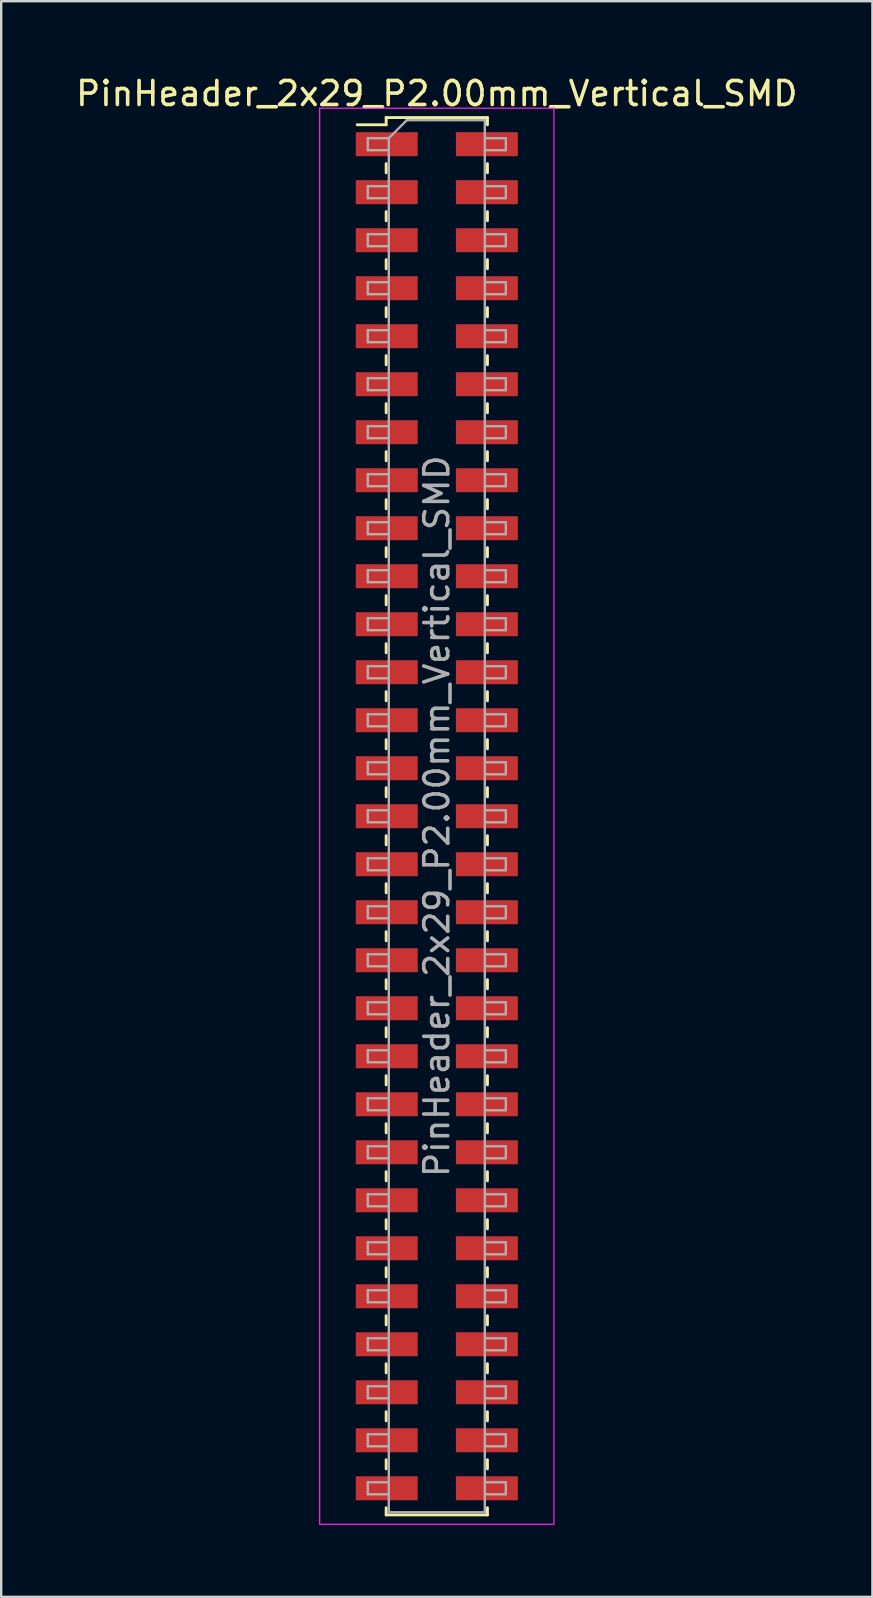
<source format=kicad_pcb>
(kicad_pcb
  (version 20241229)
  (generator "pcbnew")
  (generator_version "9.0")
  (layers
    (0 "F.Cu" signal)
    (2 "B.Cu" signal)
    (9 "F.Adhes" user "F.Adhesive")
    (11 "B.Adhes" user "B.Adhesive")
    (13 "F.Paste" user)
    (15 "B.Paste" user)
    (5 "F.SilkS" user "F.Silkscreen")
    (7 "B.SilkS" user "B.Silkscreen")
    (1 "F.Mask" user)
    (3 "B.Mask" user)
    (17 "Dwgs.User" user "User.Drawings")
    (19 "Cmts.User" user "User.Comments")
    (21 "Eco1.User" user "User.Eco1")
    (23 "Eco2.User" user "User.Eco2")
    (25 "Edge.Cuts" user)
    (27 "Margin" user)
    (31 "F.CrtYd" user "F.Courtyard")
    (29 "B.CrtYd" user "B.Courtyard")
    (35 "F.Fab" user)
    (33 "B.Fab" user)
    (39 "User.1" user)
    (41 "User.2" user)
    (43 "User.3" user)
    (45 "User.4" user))
  (footprint "PinHeader_2x29_P2.00mm_Vertical_SMD"
    (layer "F.Cu")
    (at 15.149 30.958)
    (property "Reference" "PinHeader_2x29_P2.00mm_Vertical_SMD" (at 0 -30.11 0) (layer "F.SilkS") (effects (font (size 1 1) (thickness 0.15))))
    (attr smd)
    (fp_line (start -3.315 -28.81) (end -2.11 -28.81) (stroke (width 0.12) (type solid)) (layer "F.SilkS"))
    (fp_line (start -2.11 -29.11) (end -2.11 -28.81) (stroke (width 0.12) (type solid)) (layer "F.SilkS"))
    (fp_line (start -2.11 -29.11) (end 2.11 -29.11) (stroke (width 0.12) (type solid)) (layer "F.SilkS"))
    (fp_line (start -2.11 -27.19) (end -2.11 -26.81) (stroke (width 0.12) (type solid)) (layer "F.SilkS"))
    (fp_line (start -2.11 -25.19) (end -2.11 -24.81) (stroke (width 0.12) (type solid)) (layer "F.SilkS"))
    (fp_line (start -2.11 -23.19) (end -2.11 -22.81) (stroke (width 0.12) (type solid)) (layer "F.SilkS"))
    (fp_line (start -2.11 -21.19) (end -2.11 -20.81) (stroke (width 0.12) (type solid)) (layer "F.SilkS"))
    (fp_line (start -2.11 -19.19) (end -2.11 -18.81) (stroke (width 0.12) (type solid)) (layer "F.SilkS"))
    (fp_line (start -2.11 -17.19) (end -2.11 -16.81) (stroke (width 0.12) (type solid)) (layer "F.SilkS"))
    (fp_line (start -2.11 -15.19) (end -2.11 -14.81) (stroke (width 0.12) (type solid)) (layer "F.SilkS"))
    (fp_line (start -2.11 -13.19) (end -2.11 -12.81) (stroke (width 0.12) (type solid)) (layer "F.SilkS"))
    (fp_line (start -2.11 -11.19) (end -2.11 -10.81) (stroke (width 0.12) (type solid)) (layer "F.SilkS"))
    (fp_line (start -2.11 -9.19) (end -2.11 -8.81) (stroke (width 0.12) (type solid)) (layer "F.SilkS"))
    (fp_line (start -2.11 -7.19) (end -2.11 -6.81) (stroke (width 0.12) (type solid)) (layer "F.SilkS"))
    (fp_line (start -2.11 -5.19) (end -2.11 -4.81) (stroke (width 0.12) (type solid)) (layer "F.SilkS"))
    (fp_line (start -2.11 -3.19) (end -2.11 -2.81) (stroke (width 0.12) (type solid)) (layer "F.SilkS"))
    (fp_line (start -2.11 -1.19) (end -2.11 -0.81) (stroke (width 0.12) (type solid)) (layer "F.SilkS"))
    (fp_line (start -2.11 0.81) (end -2.11 1.19) (stroke (width 0.12) (type solid)) (layer "F.SilkS"))
    (fp_line (start -2.11 2.81) (end -2.11 3.19) (stroke (width 0.12) (type solid)) (layer "F.SilkS"))
    (fp_line (start -2.11 4.81) (end -2.11 5.19) (stroke (width 0.12) (type solid)) (layer "F.SilkS"))
    (fp_line (start -2.11 6.81) (end -2.11 7.19) (stroke (width 0.12) (type solid)) (layer "F.SilkS"))
    (fp_line (start -2.11 8.81) (end -2.11 9.19) (stroke (width 0.12) (type solid)) (layer "F.SilkS"))
    (fp_line (start -2.11 10.81) (end -2.11 11.19) (stroke (width 0.12) (type solid)) (layer "F.SilkS"))
    (fp_line (start -2.11 12.81) (end -2.11 13.19) (stroke (width 0.12) (type solid)) (layer "F.SilkS"))
    (fp_line (start -2.11 14.81) (end -2.11 15.19) (stroke (width 0.12) (type solid)) (layer "F.SilkS"))
    (fp_line (start -2.11 16.81) (end -2.11 17.19) (stroke (width 0.12) (type solid)) (layer "F.SilkS"))
    (fp_line (start -2.11 18.81) (end -2.11 19.19) (stroke (width 0.12) (type solid)) (layer "F.SilkS"))
    (fp_line (start -2.11 20.81) (end -2.11 21.19) (stroke (width 0.12) (type solid)) (layer "F.SilkS"))
    (fp_line (start -2.11 22.81) (end -2.11 23.19) (stroke (width 0.12) (type solid)) (layer "F.SilkS"))
    (fp_line (start -2.11 24.81) (end -2.11 25.19) (stroke (width 0.12) (type solid)) (layer "F.SilkS"))
    (fp_line (start -2.11 26.81) (end -2.11 27.19) (stroke (width 0.12) (type solid)) (layer "F.SilkS"))
    (fp_line (start -2.11 28.81) (end -2.11 29.11) (stroke (width 0.12) (type solid)) (layer "F.SilkS"))
    (fp_line (start -2.11 29.11) (end 2.11 29.11) (stroke (width 0.12) (type solid)) (layer "F.SilkS"))
    (fp_line (start 2.11 -29.11) (end 2.11 -28.81) (stroke (width 0.12) (type solid)) (layer "F.SilkS"))
    (fp_line (start 2.11 -27.19) (end 2.11 -26.81) (stroke (width 0.12) (type solid)) (layer "F.SilkS"))
    (fp_line (start 2.11 -25.19) (end 2.11 -24.81) (stroke (width 0.12) (type solid)) (layer "F.SilkS"))
    (fp_line (start 2.11 -23.19) (end 2.11 -22.81) (stroke (width 0.12) (type solid)) (layer "F.SilkS"))
    (fp_line (start 2.11 -21.19) (end 2.11 -20.81) (stroke (width 0.12) (type solid)) (layer "F.SilkS"))
    (fp_line (start 2.11 -19.19) (end 2.11 -18.81) (stroke (width 0.12) (type solid)) (layer "F.SilkS"))
    (fp_line (start 2.11 -17.19) (end 2.11 -16.81) (stroke (width 0.12) (type solid)) (layer "F.SilkS"))
    (fp_line (start 2.11 -15.19) (end 2.11 -14.81) (stroke (width 0.12) (type solid)) (layer "F.SilkS"))
    (fp_line (start 2.11 -13.19) (end 2.11 -12.81) (stroke (width 0.12) (type solid)) (layer "F.SilkS"))
    (fp_line (start 2.11 -11.19) (end 2.11 -10.81) (stroke (width 0.12) (type solid)) (layer "F.SilkS"))
    (fp_line (start 2.11 -9.19) (end 2.11 -8.81) (stroke (width 0.12) (type solid)) (layer "F.SilkS"))
    (fp_line (start 2.11 -7.19) (end 2.11 -6.81) (stroke (width 0.12) (type solid)) (layer "F.SilkS"))
    (fp_line (start 2.11 -5.19) (end 2.11 -4.81) (stroke (width 0.12) (type solid)) (layer "F.SilkS"))
    (fp_line (start 2.11 -3.19) (end 2.11 -2.81) (stroke (width 0.12) (type solid)) (layer "F.SilkS"))
    (fp_line (start 2.11 -1.19) (end 2.11 -0.81) (stroke (width 0.12) (type solid)) (layer "F.SilkS"))
    (fp_line (start 2.11 0.81) (end 2.11 1.19) (stroke (width 0.12) (type solid)) (layer "F.SilkS"))
    (fp_line (start 2.11 2.81) (end 2.11 3.19) (stroke (width 0.12) (type solid)) (layer "F.SilkS"))
    (fp_line (start 2.11 4.81) (end 2.11 5.19) (stroke (width 0.12) (type solid)) (layer "F.SilkS"))
    (fp_line (start 2.11 6.81) (end 2.11 7.19) (stroke (width 0.12) (type solid)) (layer "F.SilkS"))
    (fp_line (start 2.11 8.81) (end 2.11 9.19) (stroke (width 0.12) (type solid)) (layer "F.SilkS"))
    (fp_line (start 2.11 10.81) (end 2.11 11.19) (stroke (width 0.12) (type solid)) (layer "F.SilkS"))
    (fp_line (start 2.11 12.81) (end 2.11 13.19) (stroke (width 0.12) (type solid)) (layer "F.SilkS"))
    (fp_line (start 2.11 14.81) (end 2.11 15.19) (stroke (width 0.12) (type solid)) (layer "F.SilkS"))
    (fp_line (start 2.11 16.81) (end 2.11 17.19) (stroke (width 0.12) (type solid)) (layer "F.SilkS"))
    (fp_line (start 2.11 18.81) (end 2.11 19.19) (stroke (width 0.12) (type solid)) (layer "F.SilkS"))
    (fp_line (start 2.11 20.81) (end 2.11 21.19) (stroke (width 0.12) (type solid)) (layer "F.SilkS"))
    (fp_line (start 2.11 22.81) (end 2.11 23.19) (stroke (width 0.12) (type solid)) (layer "F.SilkS"))
    (fp_line (start 2.11 24.81) (end 2.11 25.19) (stroke (width 0.12) (type solid)) (layer "F.SilkS"))
    (fp_line (start 2.11 26.81) (end 2.11 27.19) (stroke (width 0.12) (type solid)) (layer "F.SilkS"))
    (fp_line (start 2.11 28.81) (end 2.11 29.11) (stroke (width 0.12) (type solid)) (layer "F.SilkS"))
    (fp_line (start -4.88 -29.5) (end -4.88 29.5) (stroke (width 0.05) (type solid)) (layer "F.CrtYd"))
    (fp_line (start -4.88 29.5) (end 4.88 29.5) (stroke (width 0.05) (type solid)) (layer "F.CrtYd"))
    (fp_line (start 4.88 -29.5) (end -4.88 -29.5) (stroke (width 0.05) (type solid)) (layer "F.CrtYd"))
    (fp_line (start 4.88 29.5) (end 4.88 -29.5) (stroke (width 0.05) (type solid)) (layer "F.CrtYd"))
    (fp_line (start -2.875 -28.25) (end -2.875 -27.75) (stroke (width 0.1) (type solid)) (layer "F.Fab"))
    (fp_line (start -2.875 -27.75) (end -2 -27.75) (stroke (width 0.1) (type solid)) (layer "F.Fab"))
    (fp_line (start -2.875 -26.25) (end -2.875 -25.75) (stroke (width 0.1) (type solid)) (layer "F.Fab"))
    (fp_line (start -2.875 -25.75) (end -2 -25.75) (stroke (width 0.1) (type solid)) (layer "F.Fab"))
    (fp_line (start -2.875 -24.25) (end -2.875 -23.75) (stroke (width 0.1) (type solid)) (layer "F.Fab"))
    (fp_line (start -2.875 -23.75) (end -2 -23.75) (stroke (width 0.1) (type solid)) (layer "F.Fab"))
    (fp_line (start -2.875 -22.25) (end -2.875 -21.75) (stroke (width 0.1) (type solid)) (layer "F.Fab"))
    (fp_line (start -2.875 -21.75) (end -2 -21.75) (stroke (width 0.1) (type solid)) (layer "F.Fab"))
    (fp_line (start -2.875 -20.25) (end -2.875 -19.75) (stroke (width 0.1) (type solid)) (layer "F.Fab"))
    (fp_line (start -2.875 -19.75) (end -2 -19.75) (stroke (width 0.1) (type solid)) (layer "F.Fab"))
    (fp_line (start -2.875 -18.25) (end -2.875 -17.75) (stroke (width 0.1) (type solid)) (layer "F.Fab"))
    (fp_line (start -2.875 -17.75) (end -2 -17.75) (stroke (width 0.1) (type solid)) (layer "F.Fab"))
    (fp_line (start -2.875 -16.25) (end -2.875 -15.75) (stroke (width 0.1) (type solid)) (layer "F.Fab"))
    (fp_line (start -2.875 -15.75) (end -2 -15.75) (stroke (width 0.1) (type solid)) (layer "F.Fab"))
    (fp_line (start -2.875 -14.25) (end -2.875 -13.75) (stroke (width 0.1) (type solid)) (layer "F.Fab"))
    (fp_line (start -2.875 -13.75) (end -2 -13.75) (stroke (width 0.1) (type solid)) (layer "F.Fab"))
    (fp_line (start -2.875 -12.25) (end -2.875 -11.75) (stroke (width 0.1) (type solid)) (layer "F.Fab"))
    (fp_line (start -2.875 -11.75) (end -2 -11.75) (stroke (width 0.1) (type solid)) (layer "F.Fab"))
    (fp_line (start -2.875 -10.25) (end -2.875 -9.75) (stroke (width 0.1) (type solid)) (layer "F.Fab"))
    (fp_line (start -2.875 -9.75) (end -2 -9.75) (stroke (width 0.1) (type solid)) (layer "F.Fab"))
    (fp_line (start -2.875 -8.25) (end -2.875 -7.75) (stroke (width 0.1) (type solid)) (layer "F.Fab"))
    (fp_line (start -2.875 -7.75) (end -2 -7.75) (stroke (width 0.1) (type solid)) (layer "F.Fab"))
    (fp_line (start -2.875 -6.25) (end -2.875 -5.75) (stroke (width 0.1) (type solid)) (layer "F.Fab"))
    (fp_line (start -2.875 -5.75) (end -2 -5.75) (stroke (width 0.1) (type solid)) (layer "F.Fab"))
    (fp_line (start -2.875 -4.25) (end -2.875 -3.75) (stroke (width 0.1) (type solid)) (layer "F.Fab"))
    (fp_line (start -2.875 -3.75) (end -2 -3.75) (stroke (width 0.1) (type solid)) (layer "F.Fab"))
    (fp_line (start -2.875 -2.25) (end -2.875 -1.75) (stroke (width 0.1) (type solid)) (layer "F.Fab"))
    (fp_line (start -2.875 -1.75) (end -2 -1.75) (stroke (width 0.1) (type solid)) (layer "F.Fab"))
    (fp_line (start -2.875 -0.25) (end -2.875 0.25) (stroke (width 0.1) (type solid)) (layer "F.Fab"))
    (fp_line (start -2.875 0.25) (end -2 0.25) (stroke (width 0.1) (type solid)) (layer "F.Fab"))
    (fp_line (start -2.875 1.75) (end -2.875 2.25) (stroke (width 0.1) (type solid)) (layer "F.Fab"))
    (fp_line (start -2.875 2.25) (end -2 2.25) (stroke (width 0.1) (type solid)) (layer "F.Fab"))
    (fp_line (start -2.875 3.75) (end -2.875 4.25) (stroke (width 0.1) (type solid)) (layer "F.Fab"))
    (fp_line (start -2.875 4.25) (end -2 4.25) (stroke (width 0.1) (type solid)) (layer "F.Fab"))
    (fp_line (start -2.875 5.75) (end -2.875 6.25) (stroke (width 0.1) (type solid)) (layer "F.Fab"))
    (fp_line (start -2.875 6.25) (end -2 6.25) (stroke (width 0.1) (type solid)) (layer "F.Fab"))
    (fp_line (start -2.875 7.75) (end -2.875 8.25) (stroke (width 0.1) (type solid)) (layer "F.Fab"))
    (fp_line (start -2.875 8.25) (end -2 8.25) (stroke (width 0.1) (type solid)) (layer "F.Fab"))
    (fp_line (start -2.875 9.75) (end -2.875 10.25) (stroke (width 0.1) (type solid)) (layer "F.Fab"))
    (fp_line (start -2.875 10.25) (end -2 10.25) (stroke (width 0.1) (type solid)) (layer "F.Fab"))
    (fp_line (start -2.875 11.75) (end -2.875 12.25) (stroke (width 0.1) (type solid)) (layer "F.Fab"))
    (fp_line (start -2.875 12.25) (end -2 12.25) (stroke (width 0.1) (type solid)) (layer "F.Fab"))
    (fp_line (start -2.875 13.75) (end -2.875 14.25) (stroke (width 0.1) (type solid)) (layer "F.Fab"))
    (fp_line (start -2.875 14.25) (end -2 14.25) (stroke (width 0.1) (type solid)) (layer "F.Fab"))
    (fp_line (start -2.875 15.75) (end -2.875 16.25) (stroke (width 0.1) (type solid)) (layer "F.Fab"))
    (fp_line (start -2.875 16.25) (end -2 16.25) (stroke (width 0.1) (type solid)) (layer "F.Fab"))
    (fp_line (start -2.875 17.75) (end -2.875 18.25) (stroke (width 0.1) (type solid)) (layer "F.Fab"))
    (fp_line (start -2.875 18.25) (end -2 18.25) (stroke (width 0.1) (type solid)) (layer "F.Fab"))
    (fp_line (start -2.875 19.75) (end -2.875 20.25) (stroke (width 0.1) (type solid)) (layer "F.Fab"))
    (fp_line (start -2.875 20.25) (end -2 20.25) (stroke (width 0.1) (type solid)) (layer "F.Fab"))
    (fp_line (start -2.875 21.75) (end -2.875 22.25) (stroke (width 0.1) (type solid)) (layer "F.Fab"))
    (fp_line (start -2.875 22.25) (end -2 22.25) (stroke (width 0.1) (type solid)) (layer "F.Fab"))
    (fp_line (start -2.875 23.75) (end -2.875 24.25) (stroke (width 0.1) (type solid)) (layer "F.Fab"))
    (fp_line (start -2.875 24.25) (end -2 24.25) (stroke (width 0.1) (type solid)) (layer "F.Fab"))
    (fp_line (start -2.875 25.75) (end -2.875 26.25) (stroke (width 0.1) (type solid)) (layer "F.Fab"))
    (fp_line (start -2.875 26.25) (end -2 26.25) (stroke (width 0.1) (type solid)) (layer "F.Fab"))
    (fp_line (start -2.875 27.75) (end -2.875 28.25) (stroke (width 0.1) (type solid)) (layer "F.Fab"))
    (fp_line (start -2.875 28.25) (end -2 28.25) (stroke (width 0.1) (type solid)) (layer "F.Fab"))
    (fp_line (start -2 -28.25) (end -2.875 -28.25) (stroke (width 0.1) (type solid)) (layer "F.Fab"))
    (fp_line (start -2 -28.25) (end -1.25 -29) (stroke (width 0.1) (type solid)) (layer "F.Fab"))
    (fp_line (start -2 -26.25) (end -2.875 -26.25) (stroke (width 0.1) (type solid)) (layer "F.Fab"))
    (fp_line (start -2 -24.25) (end -2.875 -24.25) (stroke (width 0.1) (type solid)) (layer "F.Fab"))
    (fp_line (start -2 -22.25) (end -2.875 -22.25) (stroke (width 0.1) (type solid)) (layer "F.Fab"))
    (fp_line (start -2 -20.25) (end -2.875 -20.25) (stroke (width 0.1) (type solid)) (layer "F.Fab"))
    (fp_line (start -2 -18.25) (end -2.875 -18.25) (stroke (width 0.1) (type solid)) (layer "F.Fab"))
    (fp_line (start -2 -16.25) (end -2.875 -16.25) (stroke (width 0.1) (type solid)) (layer "F.Fab"))
    (fp_line (start -2 -14.25) (end -2.875 -14.25) (stroke (width 0.1) (type solid)) (layer "F.Fab"))
    (fp_line (start -2 -12.25) (end -2.875 -12.25) (stroke (width 0.1) (type solid)) (layer "F.Fab"))
    (fp_line (start -2 -10.25) (end -2.875 -10.25) (stroke (width 0.1) (type solid)) (layer "F.Fab"))
    (fp_line (start -2 -8.25) (end -2.875 -8.25) (stroke (width 0.1) (type solid)) (layer "F.Fab"))
    (fp_line (start -2 -6.25) (end -2.875 -6.25) (stroke (width 0.1) (type solid)) (layer "F.Fab"))
    (fp_line (start -2 -4.25) (end -2.875 -4.25) (stroke (width 0.1) (type solid)) (layer "F.Fab"))
    (fp_line (start -2 -2.25) (end -2.875 -2.25) (stroke (width 0.1) (type solid)) (layer "F.Fab"))
    (fp_line (start -2 -0.25) (end -2.875 -0.25) (stroke (width 0.1) (type solid)) (layer "F.Fab"))
    (fp_line (start -2 1.75) (end -2.875 1.75) (stroke (width 0.1) (type solid)) (layer "F.Fab"))
    (fp_line (start -2 3.75) (end -2.875 3.75) (stroke (width 0.1) (type solid)) (layer "F.Fab"))
    (fp_line (start -2 5.75) (end -2.875 5.75) (stroke (width 0.1) (type solid)) (layer "F.Fab"))
    (fp_line (start -2 7.75) (end -2.875 7.75) (stroke (width 0.1) (type solid)) (layer "F.Fab"))
    (fp_line (start -2 9.75) (end -2.875 9.75) (stroke (width 0.1) (type solid)) (layer "F.Fab"))
    (fp_line (start -2 11.75) (end -2.875 11.75) (stroke (width 0.1) (type solid)) (layer "F.Fab"))
    (fp_line (start -2 13.75) (end -2.875 13.75) (stroke (width 0.1) (type solid)) (layer "F.Fab"))
    (fp_line (start -2 15.75) (end -2.875 15.75) (stroke (width 0.1) (type solid)) (layer "F.Fab"))
    (fp_line (start -2 17.75) (end -2.875 17.75) (stroke (width 0.1) (type solid)) (layer "F.Fab"))
    (fp_line (start -2 19.75) (end -2.875 19.75) (stroke (width 0.1) (type solid)) (layer "F.Fab"))
    (fp_line (start -2 21.75) (end -2.875 21.75) (stroke (width 0.1) (type solid)) (layer "F.Fab"))
    (fp_line (start -2 23.75) (end -2.875 23.75) (stroke (width 0.1) (type solid)) (layer "F.Fab"))
    (fp_line (start -2 25.75) (end -2.875 25.75) (stroke (width 0.1) (type solid)) (layer "F.Fab"))
    (fp_line (start -2 27.75) (end -2.875 27.75) (stroke (width 0.1) (type solid)) (layer "F.Fab"))
    (fp_line (start -2 29) (end -2 -28.25) (stroke (width 0.1) (type solid)) (layer "F.Fab"))
    (fp_line (start -1.25 -29) (end 2 -29) (stroke (width 0.1) (type solid)) (layer "F.Fab"))
    (fp_line (start 2 -29) (end 2 29) (stroke (width 0.1) (type solid)) (layer "F.Fab"))
    (fp_line (start 2 -28.25) (end 2.875 -28.25) (stroke (width 0.1) (type solid)) (layer "F.Fab"))
    (fp_line (start 2 -26.25) (end 2.875 -26.25) (stroke (width 0.1) (type solid)) (layer "F.Fab"))
    (fp_line (start 2 -24.25) (end 2.875 -24.25) (stroke (width 0.1) (type solid)) (layer "F.Fab"))
    (fp_line (start 2 -22.25) (end 2.875 -22.25) (stroke (width 0.1) (type solid)) (layer "F.Fab"))
    (fp_line (start 2 -20.25) (end 2.875 -20.25) (stroke (width 0.1) (type solid)) (layer "F.Fab"))
    (fp_line (start 2 -18.25) (end 2.875 -18.25) (stroke (width 0.1) (type solid)) (layer "F.Fab"))
    (fp_line (start 2 -16.25) (end 2.875 -16.25) (stroke (width 0.1) (type solid)) (layer "F.Fab"))
    (fp_line (start 2 -14.25) (end 2.875 -14.25) (stroke (width 0.1) (type solid)) (layer "F.Fab"))
    (fp_line (start 2 -12.25) (end 2.875 -12.25) (stroke (width 0.1) (type solid)) (layer "F.Fab"))
    (fp_line (start 2 -10.25) (end 2.875 -10.25) (stroke (width 0.1) (type solid)) (layer "F.Fab"))
    (fp_line (start 2 -8.25) (end 2.875 -8.25) (stroke (width 0.1) (type solid)) (layer "F.Fab"))
    (fp_line (start 2 -6.25) (end 2.875 -6.25) (stroke (width 0.1) (type solid)) (layer "F.Fab"))
    (fp_line (start 2 -4.25) (end 2.875 -4.25) (stroke (width 0.1) (type solid)) (layer "F.Fab"))
    (fp_line (start 2 -2.25) (end 2.875 -2.25) (stroke (width 0.1) (type solid)) (layer "F.Fab"))
    (fp_line (start 2 -0.25) (end 2.875 -0.25) (stroke (width 0.1) (type solid)) (layer "F.Fab"))
    (fp_line (start 2 1.75) (end 2.875 1.75) (stroke (width 0.1) (type solid)) (layer "F.Fab"))
    (fp_line (start 2 3.75) (end 2.875 3.75) (stroke (width 0.1) (type solid)) (layer "F.Fab"))
    (fp_line (start 2 5.75) (end 2.875 5.75) (stroke (width 0.1) (type solid)) (layer "F.Fab"))
    (fp_line (start 2 7.75) (end 2.875 7.75) (stroke (width 0.1) (type solid)) (layer "F.Fab"))
    (fp_line (start 2 9.75) (end 2.875 9.75) (stroke (width 0.1) (type solid)) (layer "F.Fab"))
    (fp_line (start 2 11.75) (end 2.875 11.75) (stroke (width 0.1) (type solid)) (layer "F.Fab"))
    (fp_line (start 2 13.75) (end 2.875 13.75) (stroke (width 0.1) (type solid)) (layer "F.Fab"))
    (fp_line (start 2 15.75) (end 2.875 15.75) (stroke (width 0.1) (type solid)) (layer "F.Fab"))
    (fp_line (start 2 17.75) (end 2.875 17.75) (stroke (width 0.1) (type solid)) (layer "F.Fab"))
    (fp_line (start 2 19.75) (end 2.875 19.75) (stroke (width 0.1) (type solid)) (layer "F.Fab"))
    (fp_line (start 2 21.75) (end 2.875 21.75) (stroke (width 0.1) (type solid)) (layer "F.Fab"))
    (fp_line (start 2 23.75) (end 2.875 23.75) (stroke (width 0.1) (type solid)) (layer "F.Fab"))
    (fp_line (start 2 25.75) (end 2.875 25.75) (stroke (width 0.1) (type solid)) (layer "F.Fab"))
    (fp_line (start 2 27.75) (end 2.875 27.75) (stroke (width 0.1) (type solid)) (layer "F.Fab"))
    (fp_line (start 2 29) (end -2 29) (stroke (width 0.1) (type solid)) (layer "F.Fab"))
    (fp_line (start 2.875 -28.25) (end 2.875 -27.75) (stroke (width 0.1) (type solid)) (layer "F.Fab"))
    (fp_line (start 2.875 -27.75) (end 2 -27.75) (stroke (width 0.1) (type solid)) (layer "F.Fab"))
    (fp_line (start 2.875 -26.25) (end 2.875 -25.75) (stroke (width 0.1) (type solid)) (layer "F.Fab"))
    (fp_line (start 2.875 -25.75) (end 2 -25.75) (stroke (width 0.1) (type solid)) (layer "F.Fab"))
    (fp_line (start 2.875 -24.25) (end 2.875 -23.75) (stroke (width 0.1) (type solid)) (layer "F.Fab"))
    (fp_line (start 2.875 -23.75) (end 2 -23.75) (stroke (width 0.1) (type solid)) (layer "F.Fab"))
    (fp_line (start 2.875 -22.25) (end 2.875 -21.75) (stroke (width 0.1) (type solid)) (layer "F.Fab"))
    (fp_line (start 2.875 -21.75) (end 2 -21.75) (stroke (width 0.1) (type solid)) (layer "F.Fab"))
    (fp_line (start 2.875 -20.25) (end 2.875 -19.75) (stroke (width 0.1) (type solid)) (layer "F.Fab"))
    (fp_line (start 2.875 -19.75) (end 2 -19.75) (stroke (width 0.1) (type solid)) (layer "F.Fab"))
    (fp_line (start 2.875 -18.25) (end 2.875 -17.75) (stroke (width 0.1) (type solid)) (layer "F.Fab"))
    (fp_line (start 2.875 -17.75) (end 2 -17.75) (stroke (width 0.1) (type solid)) (layer "F.Fab"))
    (fp_line (start 2.875 -16.25) (end 2.875 -15.75) (stroke (width 0.1) (type solid)) (layer "F.Fab"))
    (fp_line (start 2.875 -15.75) (end 2 -15.75) (stroke (width 0.1) (type solid)) (layer "F.Fab"))
    (fp_line (start 2.875 -14.25) (end 2.875 -13.75) (stroke (width 0.1) (type solid)) (layer "F.Fab"))
    (fp_line (start 2.875 -13.75) (end 2 -13.75) (stroke (width 0.1) (type solid)) (layer "F.Fab"))
    (fp_line (start 2.875 -12.25) (end 2.875 -11.75) (stroke (width 0.1) (type solid)) (layer "F.Fab"))
    (fp_line (start 2.875 -11.75) (end 2 -11.75) (stroke (width 0.1) (type solid)) (layer "F.Fab"))
    (fp_line (start 2.875 -10.25) (end 2.875 -9.75) (stroke (width 0.1) (type solid)) (layer "F.Fab"))
    (fp_line (start 2.875 -9.75) (end 2 -9.75) (stroke (width 0.1) (type solid)) (layer "F.Fab"))
    (fp_line (start 2.875 -8.25) (end 2.875 -7.75) (stroke (width 0.1) (type solid)) (layer "F.Fab"))
    (fp_line (start 2.875 -7.75) (end 2 -7.75) (stroke (width 0.1) (type solid)) (layer "F.Fab"))
    (fp_line (start 2.875 -6.25) (end 2.875 -5.75) (stroke (width 0.1) (type solid)) (layer "F.Fab"))
    (fp_line (start 2.875 -5.75) (end 2 -5.75) (stroke (width 0.1) (type solid)) (layer "F.Fab"))
    (fp_line (start 2.875 -4.25) (end 2.875 -3.75) (stroke (width 0.1) (type solid)) (layer "F.Fab"))
    (fp_line (start 2.875 -3.75) (end 2 -3.75) (stroke (width 0.1) (type solid)) (layer "F.Fab"))
    (fp_line (start 2.875 -2.25) (end 2.875 -1.75) (stroke (width 0.1) (type solid)) (layer "F.Fab"))
    (fp_line (start 2.875 -1.75) (end 2 -1.75) (stroke (width 0.1) (type solid)) (layer "F.Fab"))
    (fp_line (start 2.875 -0.25) (end 2.875 0.25) (stroke (width 0.1) (type solid)) (layer "F.Fab"))
    (fp_line (start 2.875 0.25) (end 2 0.25) (stroke (width 0.1) (type solid)) (layer "F.Fab"))
    (fp_line (start 2.875 1.75) (end 2.875 2.25) (stroke (width 0.1) (type solid)) (layer "F.Fab"))
    (fp_line (start 2.875 2.25) (end 2 2.25) (stroke (width 0.1) (type solid)) (layer "F.Fab"))
    (fp_line (start 2.875 3.75) (end 2.875 4.25) (stroke (width 0.1) (type solid)) (layer "F.Fab"))
    (fp_line (start 2.875 4.25) (end 2 4.25) (stroke (width 0.1) (type solid)) (layer "F.Fab"))
    (fp_line (start 2.875 5.75) (end 2.875 6.25) (stroke (width 0.1) (type solid)) (layer "F.Fab"))
    (fp_line (start 2.875 6.25) (end 2 6.25) (stroke (width 0.1) (type solid)) (layer "F.Fab"))
    (fp_line (start 2.875 7.75) (end 2.875 8.25) (stroke (width 0.1) (type solid)) (layer "F.Fab"))
    (fp_line (start 2.875 8.25) (end 2 8.25) (stroke (width 0.1) (type solid)) (layer "F.Fab"))
    (fp_line (start 2.875 9.75) (end 2.875 10.25) (stroke (width 0.1) (type solid)) (layer "F.Fab"))
    (fp_line (start 2.875 10.25) (end 2 10.25) (stroke (width 0.1) (type solid)) (layer "F.Fab"))
    (fp_line (start 2.875 11.75) (end 2.875 12.25) (stroke (width 0.1) (type solid)) (layer "F.Fab"))
    (fp_line (start 2.875 12.25) (end 2 12.25) (stroke (width 0.1) (type solid)) (layer "F.Fab"))
    (fp_line (start 2.875 13.75) (end 2.875 14.25) (stroke (width 0.1) (type solid)) (layer "F.Fab"))
    (fp_line (start 2.875 14.25) (end 2 14.25) (stroke (width 0.1) (type solid)) (layer "F.Fab"))
    (fp_line (start 2.875 15.75) (end 2.875 16.25) (stroke (width 0.1) (type solid)) (layer "F.Fab"))
    (fp_line (start 2.875 16.25) (end 2 16.25) (stroke (width 0.1) (type solid)) (layer "F.Fab"))
    (fp_line (start 2.875 17.75) (end 2.875 18.25) (stroke (width 0.1) (type solid)) (layer "F.Fab"))
    (fp_line (start 2.875 18.25) (end 2 18.25) (stroke (width 0.1) (type solid)) (layer "F.Fab"))
    (fp_line (start 2.875 19.75) (end 2.875 20.25) (stroke (width 0.1) (type solid)) (layer "F.Fab"))
    (fp_line (start 2.875 20.25) (end 2 20.25) (stroke (width 0.1) (type solid)) (layer "F.Fab"))
    (fp_line (start 2.875 21.75) (end 2.875 22.25) (stroke (width 0.1) (type solid)) (layer "F.Fab"))
    (fp_line (start 2.875 22.25) (end 2 22.25) (stroke (width 0.1) (type solid)) (layer "F.Fab"))
    (fp_line (start 2.875 23.75) (end 2.875 24.25) (stroke (width 0.1) (type solid)) (layer "F.Fab"))
    (fp_line (start 2.875 24.25) (end 2 24.25) (stroke (width 0.1) (type solid)) (layer "F.Fab"))
    (fp_line (start 2.875 25.75) (end 2.875 26.25) (stroke (width 0.1) (type solid)) (layer "F.Fab"))
    (fp_line (start 2.875 26.25) (end 2 26.25) (stroke (width 0.1) (type solid)) (layer "F.Fab"))
    (fp_line (start 2.875 27.75) (end 2.875 28.25) (stroke (width 0.1) (type solid)) (layer "F.Fab"))
    (fp_line (start 2.875 28.25) (end 2 28.25) (stroke (width 0.1) (type solid)) (layer "F.Fab"))
    (fp_text user "${REFERENCE}" (at 0 0 90) (layer "F.Fab") (effects (font (size 1 1) (thickness 0.15))))
    (pad "1" smd rect (at -2.085 -28) (size 2.58 1) (layers "F.Cu" "F.Mask" "F.Paste"))
    (pad "2" smd rect (at 2.085 -28) (size 2.58 1) (layers "F.Cu" "F.Mask" "F.Paste"))
    (pad "3" smd rect (at -2.085 -26) (size 2.58 1) (layers "F.Cu" "F.Mask" "F.Paste"))
    (pad "4" smd rect (at 2.085 -26) (size 2.58 1) (layers "F.Cu" "F.Mask" "F.Paste"))
    (pad "5" smd rect (at -2.085 -24) (size 2.58 1) (layers "F.Cu" "F.Mask" "F.Paste"))
    (pad "6" smd rect (at 2.085 -24) (size 2.58 1) (layers "F.Cu" "F.Mask" "F.Paste"))
    (pad "7" smd rect (at -2.085 -22) (size 2.58 1) (layers "F.Cu" "F.Mask" "F.Paste"))
    (pad "8" smd rect (at 2.085 -22) (size 2.58 1) (layers "F.Cu" "F.Mask" "F.Paste"))
    (pad "9" smd rect (at -2.085 -20) (size 2.58 1) (layers "F.Cu" "F.Mask" "F.Paste"))
    (pad "10" smd rect (at 2.085 -20) (size 2.58 1) (layers "F.Cu" "F.Mask" "F.Paste"))
    (pad "11" smd rect (at -2.085 -18) (size 2.58 1) (layers "F.Cu" "F.Mask" "F.Paste"))
    (pad "12" smd rect (at 2.085 -18) (size 2.58 1) (layers "F.Cu" "F.Mask" "F.Paste"))
    (pad "13" smd rect (at -2.085 -16) (size 2.58 1) (layers "F.Cu" "F.Mask" "F.Paste"))
    (pad "14" smd rect (at 2.085 -16) (size 2.58 1) (layers "F.Cu" "F.Mask" "F.Paste"))
    (pad "15" smd rect (at -2.085 -14) (size 2.58 1) (layers "F.Cu" "F.Mask" "F.Paste"))
    (pad "16" smd rect (at 2.085 -14) (size 2.58 1) (layers "F.Cu" "F.Mask" "F.Paste"))
    (pad "17" smd rect (at -2.085 -12) (size 2.58 1) (layers "F.Cu" "F.Mask" "F.Paste"))
    (pad "18" smd rect (at 2.085 -12) (size 2.58 1) (layers "F.Cu" "F.Mask" "F.Paste"))
    (pad "19" smd rect (at -2.085 -10) (size 2.58 1) (layers "F.Cu" "F.Mask" "F.Paste"))
    (pad "20" smd rect (at 2.085 -10) (size 2.58 1) (layers "F.Cu" "F.Mask" "F.Paste"))
    (pad "21" smd rect (at -2.085 -8) (size 2.58 1) (layers "F.Cu" "F.Mask" "F.Paste"))
    (pad "22" smd rect (at 2.085 -8) (size 2.58 1) (layers "F.Cu" "F.Mask" "F.Paste"))
    (pad "23" smd rect (at -2.085 -6) (size 2.58 1) (layers "F.Cu" "F.Mask" "F.Paste"))
    (pad "24" smd rect (at 2.085 -6) (size 2.58 1) (layers "F.Cu" "F.Mask" "F.Paste"))
    (pad "25" smd rect (at -2.085 -4) (size 2.58 1) (layers "F.Cu" "F.Mask" "F.Paste"))
    (pad "26" smd rect (at 2.085 -4) (size 2.58 1) (layers "F.Cu" "F.Mask" "F.Paste"))
    (pad "27" smd rect (at -2.085 -2) (size 2.58 1) (layers "F.Cu" "F.Mask" "F.Paste"))
    (pad "28" smd rect (at 2.085 -2) (size 2.58 1) (layers "F.Cu" "F.Mask" "F.Paste"))
    (pad "29" smd rect (at -2.085 0) (size 2.58 1) (layers "F.Cu" "F.Mask" "F.Paste"))
    (pad "30" smd rect (at 2.085 0) (size 2.58 1) (layers "F.Cu" "F.Mask" "F.Paste"))
    (pad "31" smd rect (at -2.085 2) (size 2.58 1) (layers "F.Cu" "F.Mask" "F.Paste"))
    (pad "32" smd rect (at 2.085 2) (size 2.58 1) (layers "F.Cu" "F.Mask" "F.Paste"))
    (pad "33" smd rect (at -2.085 4) (size 2.58 1) (layers "F.Cu" "F.Mask" "F.Paste"))
    (pad "34" smd rect (at 2.085 4) (size 2.58 1) (layers "F.Cu" "F.Mask" "F.Paste"))
    (pad "35" smd rect (at -2.085 6) (size 2.58 1) (layers "F.Cu" "F.Mask" "F.Paste"))
    (pad "36" smd rect (at 2.085 6) (size 2.58 1) (layers "F.Cu" "F.Mask" "F.Paste"))
    (pad "37" smd rect (at -2.085 8) (size 2.58 1) (layers "F.Cu" "F.Mask" "F.Paste"))
    (pad "38" smd rect (at 2.085 8) (size 2.58 1) (layers "F.Cu" "F.Mask" "F.Paste"))
    (pad "39" smd rect (at -2.085 10) (size 2.58 1) (layers "F.Cu" "F.Mask" "F.Paste"))
    (pad "40" smd rect (at 2.085 10) (size 2.58 1) (layers "F.Cu" "F.Mask" "F.Paste"))
    (pad "41" smd rect (at -2.085 12) (size 2.58 1) (layers "F.Cu" "F.Mask" "F.Paste"))
    (pad "42" smd rect (at 2.085 12) (size 2.58 1) (layers "F.Cu" "F.Mask" "F.Paste"))
    (pad "43" smd rect (at -2.085 14) (size 2.58 1) (layers "F.Cu" "F.Mask" "F.Paste"))
    (pad "44" smd rect (at 2.085 14) (size 2.58 1) (layers "F.Cu" "F.Mask" "F.Paste"))
    (pad "45" smd rect (at -2.085 16) (size 2.58 1) (layers "F.Cu" "F.Mask" "F.Paste"))
    (pad "46" smd rect (at 2.085 16) (size 2.58 1) (layers "F.Cu" "F.Mask" "F.Paste"))
    (pad "47" smd rect (at -2.085 18) (size 2.58 1) (layers "F.Cu" "F.Mask" "F.Paste"))
    (pad "48" smd rect (at 2.085 18) (size 2.58 1) (layers "F.Cu" "F.Mask" "F.Paste"))
    (pad "49" smd rect (at -2.085 20) (size 2.58 1) (layers "F.Cu" "F.Mask" "F.Paste"))
    (pad "50" smd rect (at 2.085 20) (size 2.58 1) (layers "F.Cu" "F.Mask" "F.Paste"))
    (pad "51" smd rect (at -2.085 22) (size 2.58 1) (layers "F.Cu" "F.Mask" "F.Paste"))
    (pad "52" smd rect (at 2.085 22) (size 2.58 1) (layers "F.Cu" "F.Mask" "F.Paste"))
    (pad "53" smd rect (at -2.085 24) (size 2.58 1) (layers "F.Cu" "F.Mask" "F.Paste"))
    (pad "54" smd rect (at 2.085 24) (size 2.58 1) (layers "F.Cu" "F.Mask" "F.Paste"))
    (pad "55" smd rect (at -2.085 26) (size 2.58 1) (layers "F.Cu" "F.Mask" "F.Paste"))
    (pad "56" smd rect (at 2.085 26) (size 2.58 1) (layers "F.Cu" "F.Mask" "F.Paste"))
    (pad "57" smd rect (at -2.085 28) (size 2.58 1) (layers "F.Cu" "F.Mask" "F.Paste"))
    (pad "58" smd rect (at 2.085 28) (size 2.58 1) (layers "F.Cu" "F.Mask" "F.Paste")))
  (gr_rect
    (start -3 -3)
    (end 33.298 63.483)
    (stroke (width 0.1) (type default))
    (fill no)
    (layer "Edge.Cuts")))
</source>
